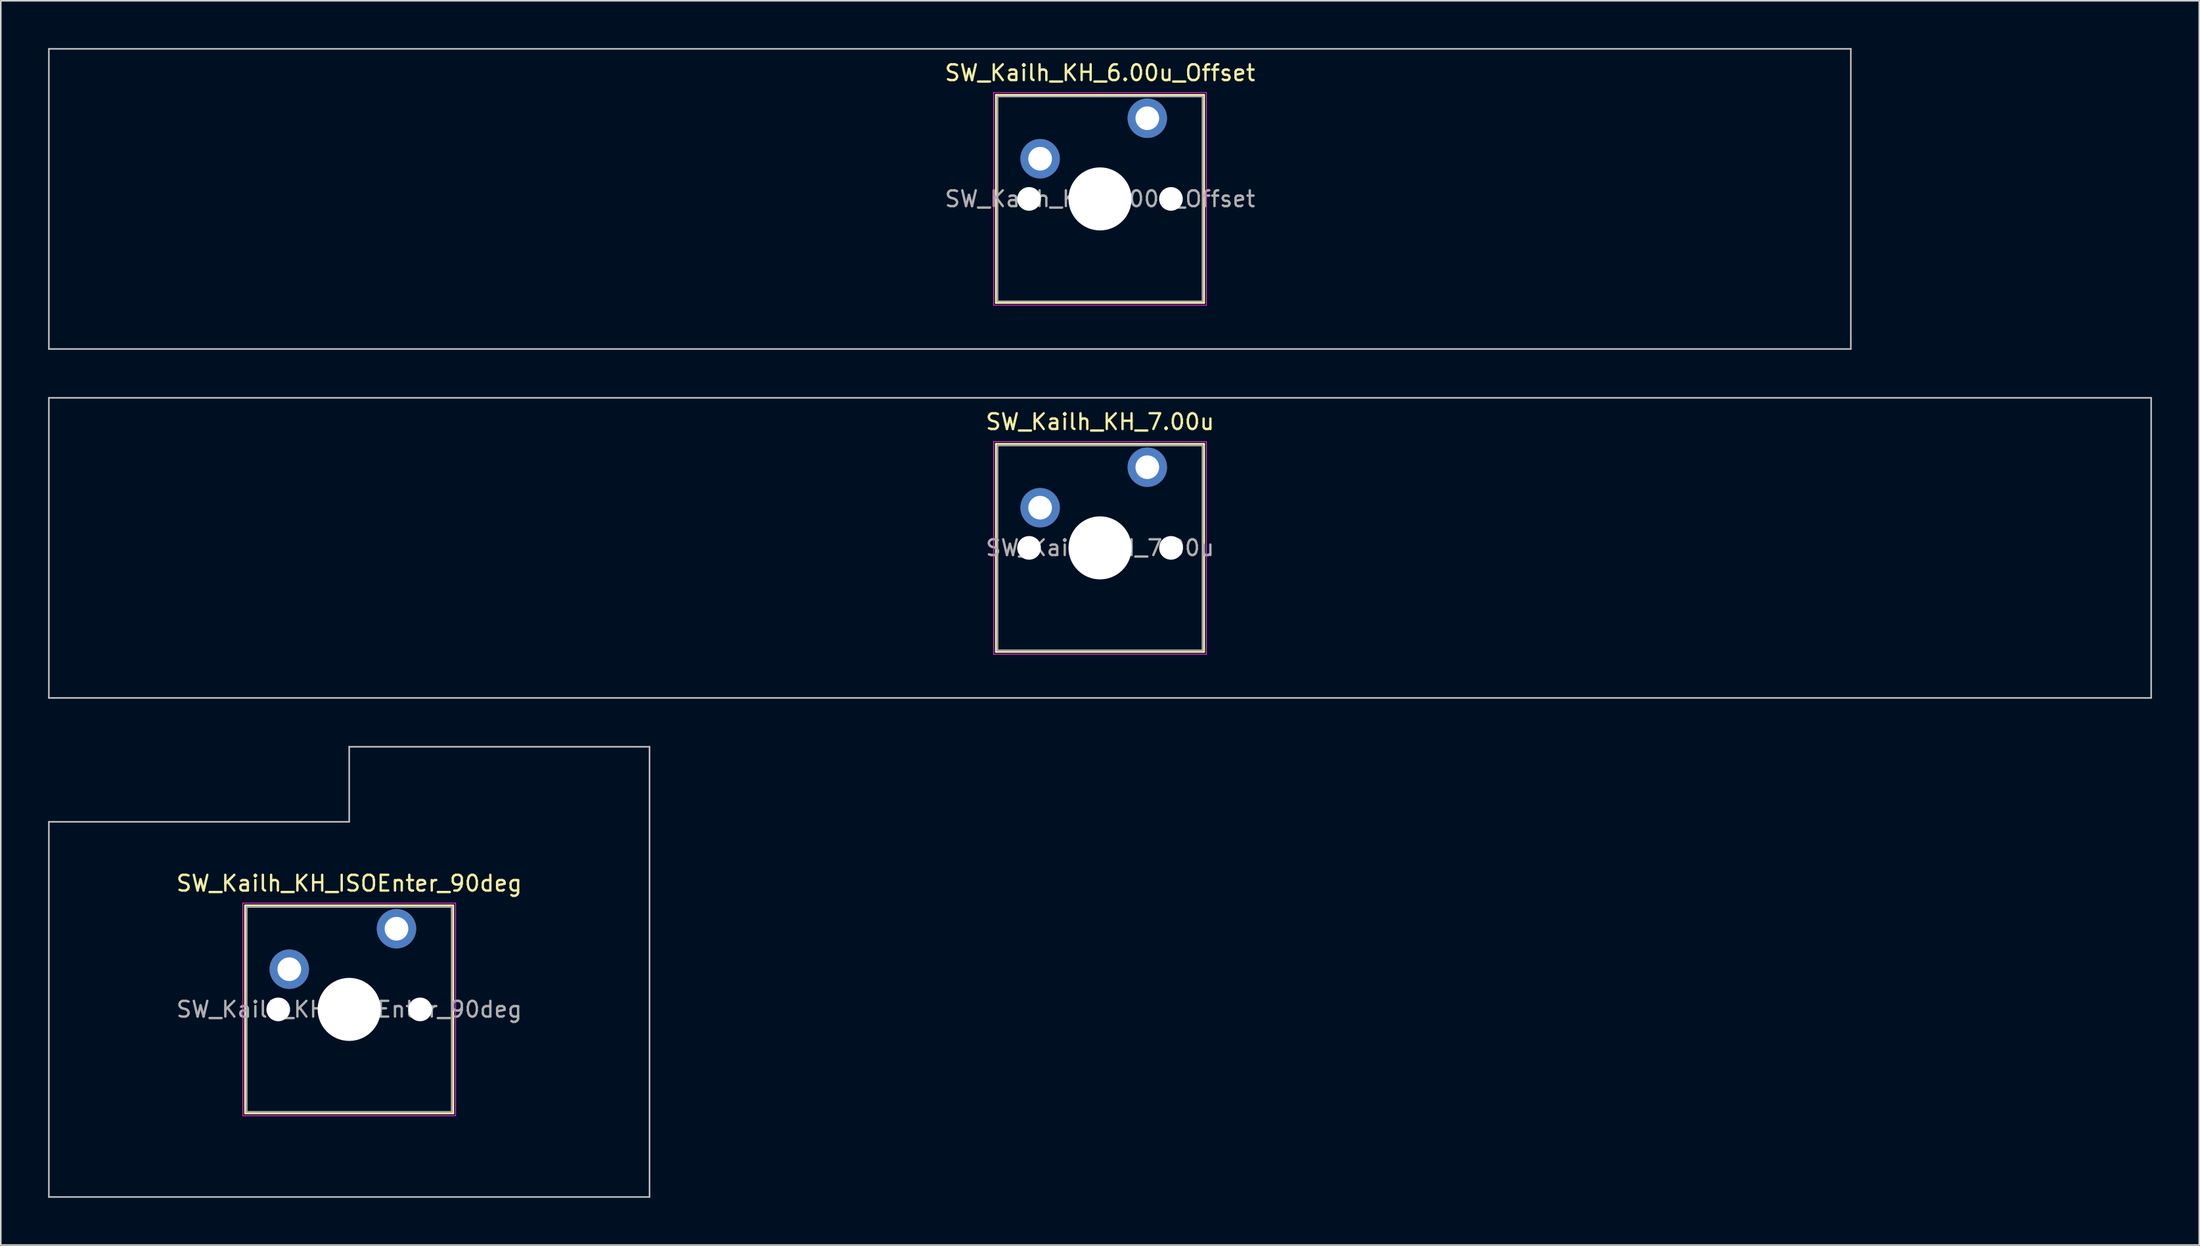
<source format=kicad_pcb>
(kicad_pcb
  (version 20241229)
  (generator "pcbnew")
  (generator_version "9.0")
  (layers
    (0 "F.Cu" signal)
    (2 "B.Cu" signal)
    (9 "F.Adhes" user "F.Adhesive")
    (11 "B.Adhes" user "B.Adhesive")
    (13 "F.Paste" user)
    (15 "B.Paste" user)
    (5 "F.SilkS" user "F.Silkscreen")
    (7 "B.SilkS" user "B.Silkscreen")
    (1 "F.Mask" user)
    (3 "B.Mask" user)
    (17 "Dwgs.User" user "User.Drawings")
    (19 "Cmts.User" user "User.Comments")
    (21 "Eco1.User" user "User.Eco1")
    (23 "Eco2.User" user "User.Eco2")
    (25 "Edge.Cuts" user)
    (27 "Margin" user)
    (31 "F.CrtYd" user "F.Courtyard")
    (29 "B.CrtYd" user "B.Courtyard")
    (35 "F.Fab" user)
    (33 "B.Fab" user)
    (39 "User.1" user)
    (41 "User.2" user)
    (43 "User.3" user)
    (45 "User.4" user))
  (footprint "SW_Kailh_KH_ISOEnter_90deg"
    (layer "F.Cu")
    (at 19.1 61.019)
    (property "Reference" "SW_Kailh_KH_ISOEnter_90deg" (at 0 -8 0) (layer "F.SilkS") (effects (font (size 1 1) (thickness 0.15))))
    (attr through_hole)
    (fp_line (start -6.6 -6.6) (end -6.6 6.6) (stroke (width 0.12) (type solid)) (layer "F.SilkS"))
    (fp_line (start -6.6 6.6) (end 6.6 6.6) (stroke (width 0.12) (type solid)) (layer "F.SilkS"))
    (fp_line (start 6.6 -6.6) (end -6.6 -6.6) (stroke (width 0.12) (type solid)) (layer "F.SilkS"))
    (fp_line (start 6.6 6.6) (end 6.6 -6.6) (stroke (width 0.12) (type solid)) (layer "F.SilkS"))
    (fp_line (start -19.05 -11.906) (end -19.05 11.906) (stroke (width 0.1) (type solid)) (layer "Dwgs.User"))
    (fp_line (start -19.05 11.906) (end 19.05 11.906) (stroke (width 0.1) (type solid)) (layer "Dwgs.User"))
    (fp_line (start 0 -16.669) (end 0 -11.906) (stroke (width 0.1) (type solid)) (layer "Dwgs.User"))
    (fp_line (start 0 -11.906) (end -19.05 -11.906) (stroke (width 0.1) (type solid)) (layer "Dwgs.User"))
    (fp_line (start 19.05 -16.669) (end 0 -16.669) (stroke (width 0.1) (type solid)) (layer "Dwgs.User"))
    (fp_line (start 19.05 11.906) (end 19.05 -16.669) (stroke (width 0.1) (type solid)) (layer "Dwgs.User"))
    (fp_line (start -6.1 -6.1) (end -6.1 6.1) (stroke (width 0.1) (type solid)) (layer "Eco1.User"))
    (fp_line (start -6.1 6.1) (end 6.1 6.1) (stroke (width 0.1) (type solid)) (layer "Eco1.User"))
    (fp_line (start 6.1 -6.1) (end -6.1 -6.1) (stroke (width 0.1) (type solid)) (layer "Eco1.User"))
    (fp_line (start 6.1 6.1) (end 6.1 -6.1) (stroke (width 0.1) (type solid)) (layer "Eco1.User"))
    (fp_line (start -6.75 -6.75) (end -6.75 6.75) (stroke (width 0.05) (type solid)) (layer "F.CrtYd"))
    (fp_line (start -6.75 6.75) (end 6.75 6.75) (stroke (width 0.05) (type solid)) (layer "F.CrtYd"))
    (fp_line (start 6.75 -6.75) (end -6.75 -6.75) (stroke (width 0.05) (type solid)) (layer "F.CrtYd"))
    (fp_line (start 6.75 6.75) (end 6.75 -6.75) (stroke (width 0.05) (type solid)) (layer "F.CrtYd"))
    (fp_line (start -6.5 -6.5) (end -6.5 6.5) (stroke (width 0.1) (type solid)) (layer "F.Fab"))
    (fp_line (start -6.5 6.5) (end 6.5 6.5) (stroke (width 0.1) (type solid)) (layer "F.Fab"))
    (fp_line (start 6.5 -6.5) (end -6.5 -6.5) (stroke (width 0.1) (type solid)) (layer "F.Fab"))
    (fp_line (start 6.5 6.5) (end 6.5 -6.5) (stroke (width 0.1) (type solid)) (layer "F.Fab"))
    (fp_text user "${REFERENCE}" (at 0 0 0) (layer "F.Fab") (effects (font (size 1 1) (thickness 0.15))))
    (pad "" np_thru_hole circle (at -4.5 0) (size 1.5 1.5) (drill 1.5) (layers "*.Cu" "*.Mask"))
    (pad "" smd circle (at -3.8 -2.55) (size 1.55 1.55) (layers "F.Mask"))
    (pad "" np_thru_hole circle (at 0 0) (size 4 4) (drill 4) (layers "*.Cu" "*.Mask"))
    (pad "" smd circle (at 3 -5.12) (size 1.55 1.55) (layers "F.Mask"))
    (pad "" np_thru_hole circle (at 4.5 0) (size 1.5 1.5) (drill 1.5) (layers "*.Cu" "*.Mask"))
    (pad "1" thru_hole circle (at -3.8 -2.55) (size 2.5 2.5) (drill 1.5) (layers "*.Cu" "B.Mask"))
    (pad "2" thru_hole circle (at 3 -5.12) (size 2.5 2.5) (drill 1.5) (layers "*.Cu" "B.Mask")))
  (footprint "SW_Kailh_KH_7.00u"
    (layer "F.Cu")
    (at 66.725 31.725)
    (property "Reference" "SW_Kailh_KH_7.00u" (at 0 -8 0) (layer "F.SilkS") (effects (font (size 1 1) (thickness 0.15))))
    (attr through_hole)
    (fp_line (start -6.6 -6.6) (end -6.6 6.6) (stroke (width 0.12) (type solid)) (layer "F.SilkS"))
    (fp_line (start -6.6 6.6) (end 6.6 6.6) (stroke (width 0.12) (type solid)) (layer "F.SilkS"))
    (fp_line (start 6.6 -6.6) (end -6.6 -6.6) (stroke (width 0.12) (type solid)) (layer "F.SilkS"))
    (fp_line (start 6.6 6.6) (end 6.6 -6.6) (stroke (width 0.12) (type solid)) (layer "F.SilkS"))
    (fp_line (start -66.675 -9.525) (end -66.675 9.525) (stroke (width 0.1) (type solid)) (layer "Dwgs.User"))
    (fp_line (start -66.675 9.525) (end 66.675 9.525) (stroke (width 0.1) (type solid)) (layer "Dwgs.User"))
    (fp_line (start 66.675 -9.525) (end -66.675 -9.525) (stroke (width 0.1) (type solid)) (layer "Dwgs.User"))
    (fp_line (start 66.675 9.525) (end 66.675 -9.525) (stroke (width 0.1) (type solid)) (layer "Dwgs.User"))
    (fp_line (start -6.1 -6.1) (end -6.1 6.1) (stroke (width 0.1) (type solid)) (layer "Eco1.User"))
    (fp_line (start -6.1 6.1) (end 6.1 6.1) (stroke (width 0.1) (type solid)) (layer "Eco1.User"))
    (fp_line (start 6.1 -6.1) (end -6.1 -6.1) (stroke (width 0.1) (type solid)) (layer "Eco1.User"))
    (fp_line (start 6.1 6.1) (end 6.1 -6.1) (stroke (width 0.1) (type solid)) (layer "Eco1.User"))
    (fp_line (start -6.75 -6.75) (end -6.75 6.75) (stroke (width 0.05) (type solid)) (layer "F.CrtYd"))
    (fp_line (start -6.75 6.75) (end 6.75 6.75) (stroke (width 0.05) (type solid)) (layer "F.CrtYd"))
    (fp_line (start 6.75 -6.75) (end -6.75 -6.75) (stroke (width 0.05) (type solid)) (layer "F.CrtYd"))
    (fp_line (start 6.75 6.75) (end 6.75 -6.75) (stroke (width 0.05) (type solid)) (layer "F.CrtYd"))
    (fp_line (start -6.5 -6.5) (end -6.5 6.5) (stroke (width 0.1) (type solid)) (layer "F.Fab"))
    (fp_line (start -6.5 6.5) (end 6.5 6.5) (stroke (width 0.1) (type solid)) (layer "F.Fab"))
    (fp_line (start 6.5 -6.5) (end -6.5 -6.5) (stroke (width 0.1) (type solid)) (layer "F.Fab"))
    (fp_line (start 6.5 6.5) (end 6.5 -6.5) (stroke (width 0.1) (type solid)) (layer "F.Fab"))
    (fp_text user "${REFERENCE}" (at 0 0 0) (layer "F.Fab") (effects (font (size 1 1) (thickness 0.15))))
    (pad "" np_thru_hole circle (at -4.5 0) (size 1.5 1.5) (drill 1.5) (layers "*.Cu" "*.Mask"))
    (pad "" smd circle (at -3.8 -2.55) (size 1.55 1.55) (layers "F.Mask"))
    (pad "" np_thru_hole circle (at 0 0) (size 4 4) (drill 4) (layers "*.Cu" "*.Mask"))
    (pad "" smd circle (at 3 -5.12) (size 1.55 1.55) (layers "F.Mask"))
    (pad "" np_thru_hole circle (at 4.5 0) (size 1.5 1.5) (drill 1.5) (layers "*.Cu" "*.Mask"))
    (pad "1" thru_hole circle (at -3.8 -2.55) (size 2.5 2.5) (drill 1.5) (layers "*.Cu" "B.Mask"))
    (pad "2" thru_hole circle (at 3 -5.12) (size 2.5 2.5) (drill 1.5) (layers "*.Cu" "B.Mask")))
  (footprint "SW_Kailh_KH_6.00u_Offset"
    (layer "F.Cu")
    (at 66.725 9.575)
    (property "Reference" "SW_Kailh_KH_6.00u_Offset" (at 0 -8 0) (layer "F.SilkS") (effects (font (size 1 1) (thickness 0.15))))
    (attr through_hole)
    (fp_line (start -6.6 -6.6) (end -6.6 6.6) (stroke (width 0.12) (type solid)) (layer "F.SilkS"))
    (fp_line (start -6.6 6.6) (end 6.6 6.6) (stroke (width 0.12) (type solid)) (layer "F.SilkS"))
    (fp_line (start 6.6 -6.6) (end -6.6 -6.6) (stroke (width 0.12) (type solid)) (layer "F.SilkS"))
    (fp_line (start 6.6 6.6) (end 6.6 -6.6) (stroke (width 0.12) (type solid)) (layer "F.SilkS"))
    (fp_line (start -66.675 -9.525) (end -66.675 9.525) (stroke (width 0.1) (type solid)) (layer "Dwgs.User"))
    (fp_line (start -66.675 9.525) (end 47.625 9.525) (stroke (width 0.1) (type solid)) (layer "Dwgs.User"))
    (fp_line (start 47.625 -9.525) (end -66.675 -9.525) (stroke (width 0.1) (type solid)) (layer "Dwgs.User"))
    (fp_line (start 47.625 9.525) (end 47.625 -9.525) (stroke (width 0.1) (type solid)) (layer "Dwgs.User"))
    (fp_line (start -6.1 -6.1) (end -6.1 6.1) (stroke (width 0.1) (type solid)) (layer "Eco1.User"))
    (fp_line (start -6.1 6.1) (end 6.1 6.1) (stroke (width 0.1) (type solid)) (layer "Eco1.User"))
    (fp_line (start 6.1 -6.1) (end -6.1 -6.1) (stroke (width 0.1) (type solid)) (layer "Eco1.User"))
    (fp_line (start 6.1 6.1) (end 6.1 -6.1) (stroke (width 0.1) (type solid)) (layer "Eco1.User"))
    (fp_line (start -6.75 -6.75) (end -6.75 6.75) (stroke (width 0.05) (type solid)) (layer "F.CrtYd"))
    (fp_line (start -6.75 6.75) (end 6.75 6.75) (stroke (width 0.05) (type solid)) (layer "F.CrtYd"))
    (fp_line (start 6.75 -6.75) (end -6.75 -6.75) (stroke (width 0.05) (type solid)) (layer "F.CrtYd"))
    (fp_line (start 6.75 6.75) (end 6.75 -6.75) (stroke (width 0.05) (type solid)) (layer "F.CrtYd"))
    (fp_line (start -6.5 -6.5) (end -6.5 6.5) (stroke (width 0.1) (type solid)) (layer "F.Fab"))
    (fp_line (start -6.5 6.5) (end 6.5 6.5) (stroke (width 0.1) (type solid)) (layer "F.Fab"))
    (fp_line (start 6.5 -6.5) (end -6.5 -6.5) (stroke (width 0.1) (type solid)) (layer "F.Fab"))
    (fp_line (start 6.5 6.5) (end 6.5 -6.5) (stroke (width 0.1) (type solid)) (layer "F.Fab"))
    (fp_text user "${REFERENCE}" (at 0 0 0) (layer "F.Fab") (effects (font (size 1 1) (thickness 0.15))))
    (pad "" np_thru_hole circle (at -4.5 0) (size 1.5 1.5) (drill 1.5) (layers "*.Cu" "*.Mask"))
    (pad "" smd circle (at -3.8 -2.55) (size 1.55 1.55) (layers "F.Mask"))
    (pad "" np_thru_hole circle (at 0 0) (size 4 4) (drill 4) (layers "*.Cu" "*.Mask"))
    (pad "" smd circle (at 3 -5.12) (size 1.55 1.55) (layers "F.Mask"))
    (pad "" np_thru_hole circle (at 4.5 0) (size 1.5 1.5) (drill 1.5) (layers "*.Cu" "*.Mask"))
    (pad "1" thru_hole circle (at -3.8 -2.55) (size 2.5 2.5) (drill 1.5) (layers "*.Cu" "B.Mask"))
    (pad "2" thru_hole circle (at 3 -5.12) (size 2.5 2.5) (drill 1.5) (layers "*.Cu" "B.Mask")))
  (gr_rect
    (start -3 -3)
    (end 136.45 75.975)
    (stroke (width 0.1) (type default))
    (fill no)
    (layer "Edge.Cuts")))
</source>
